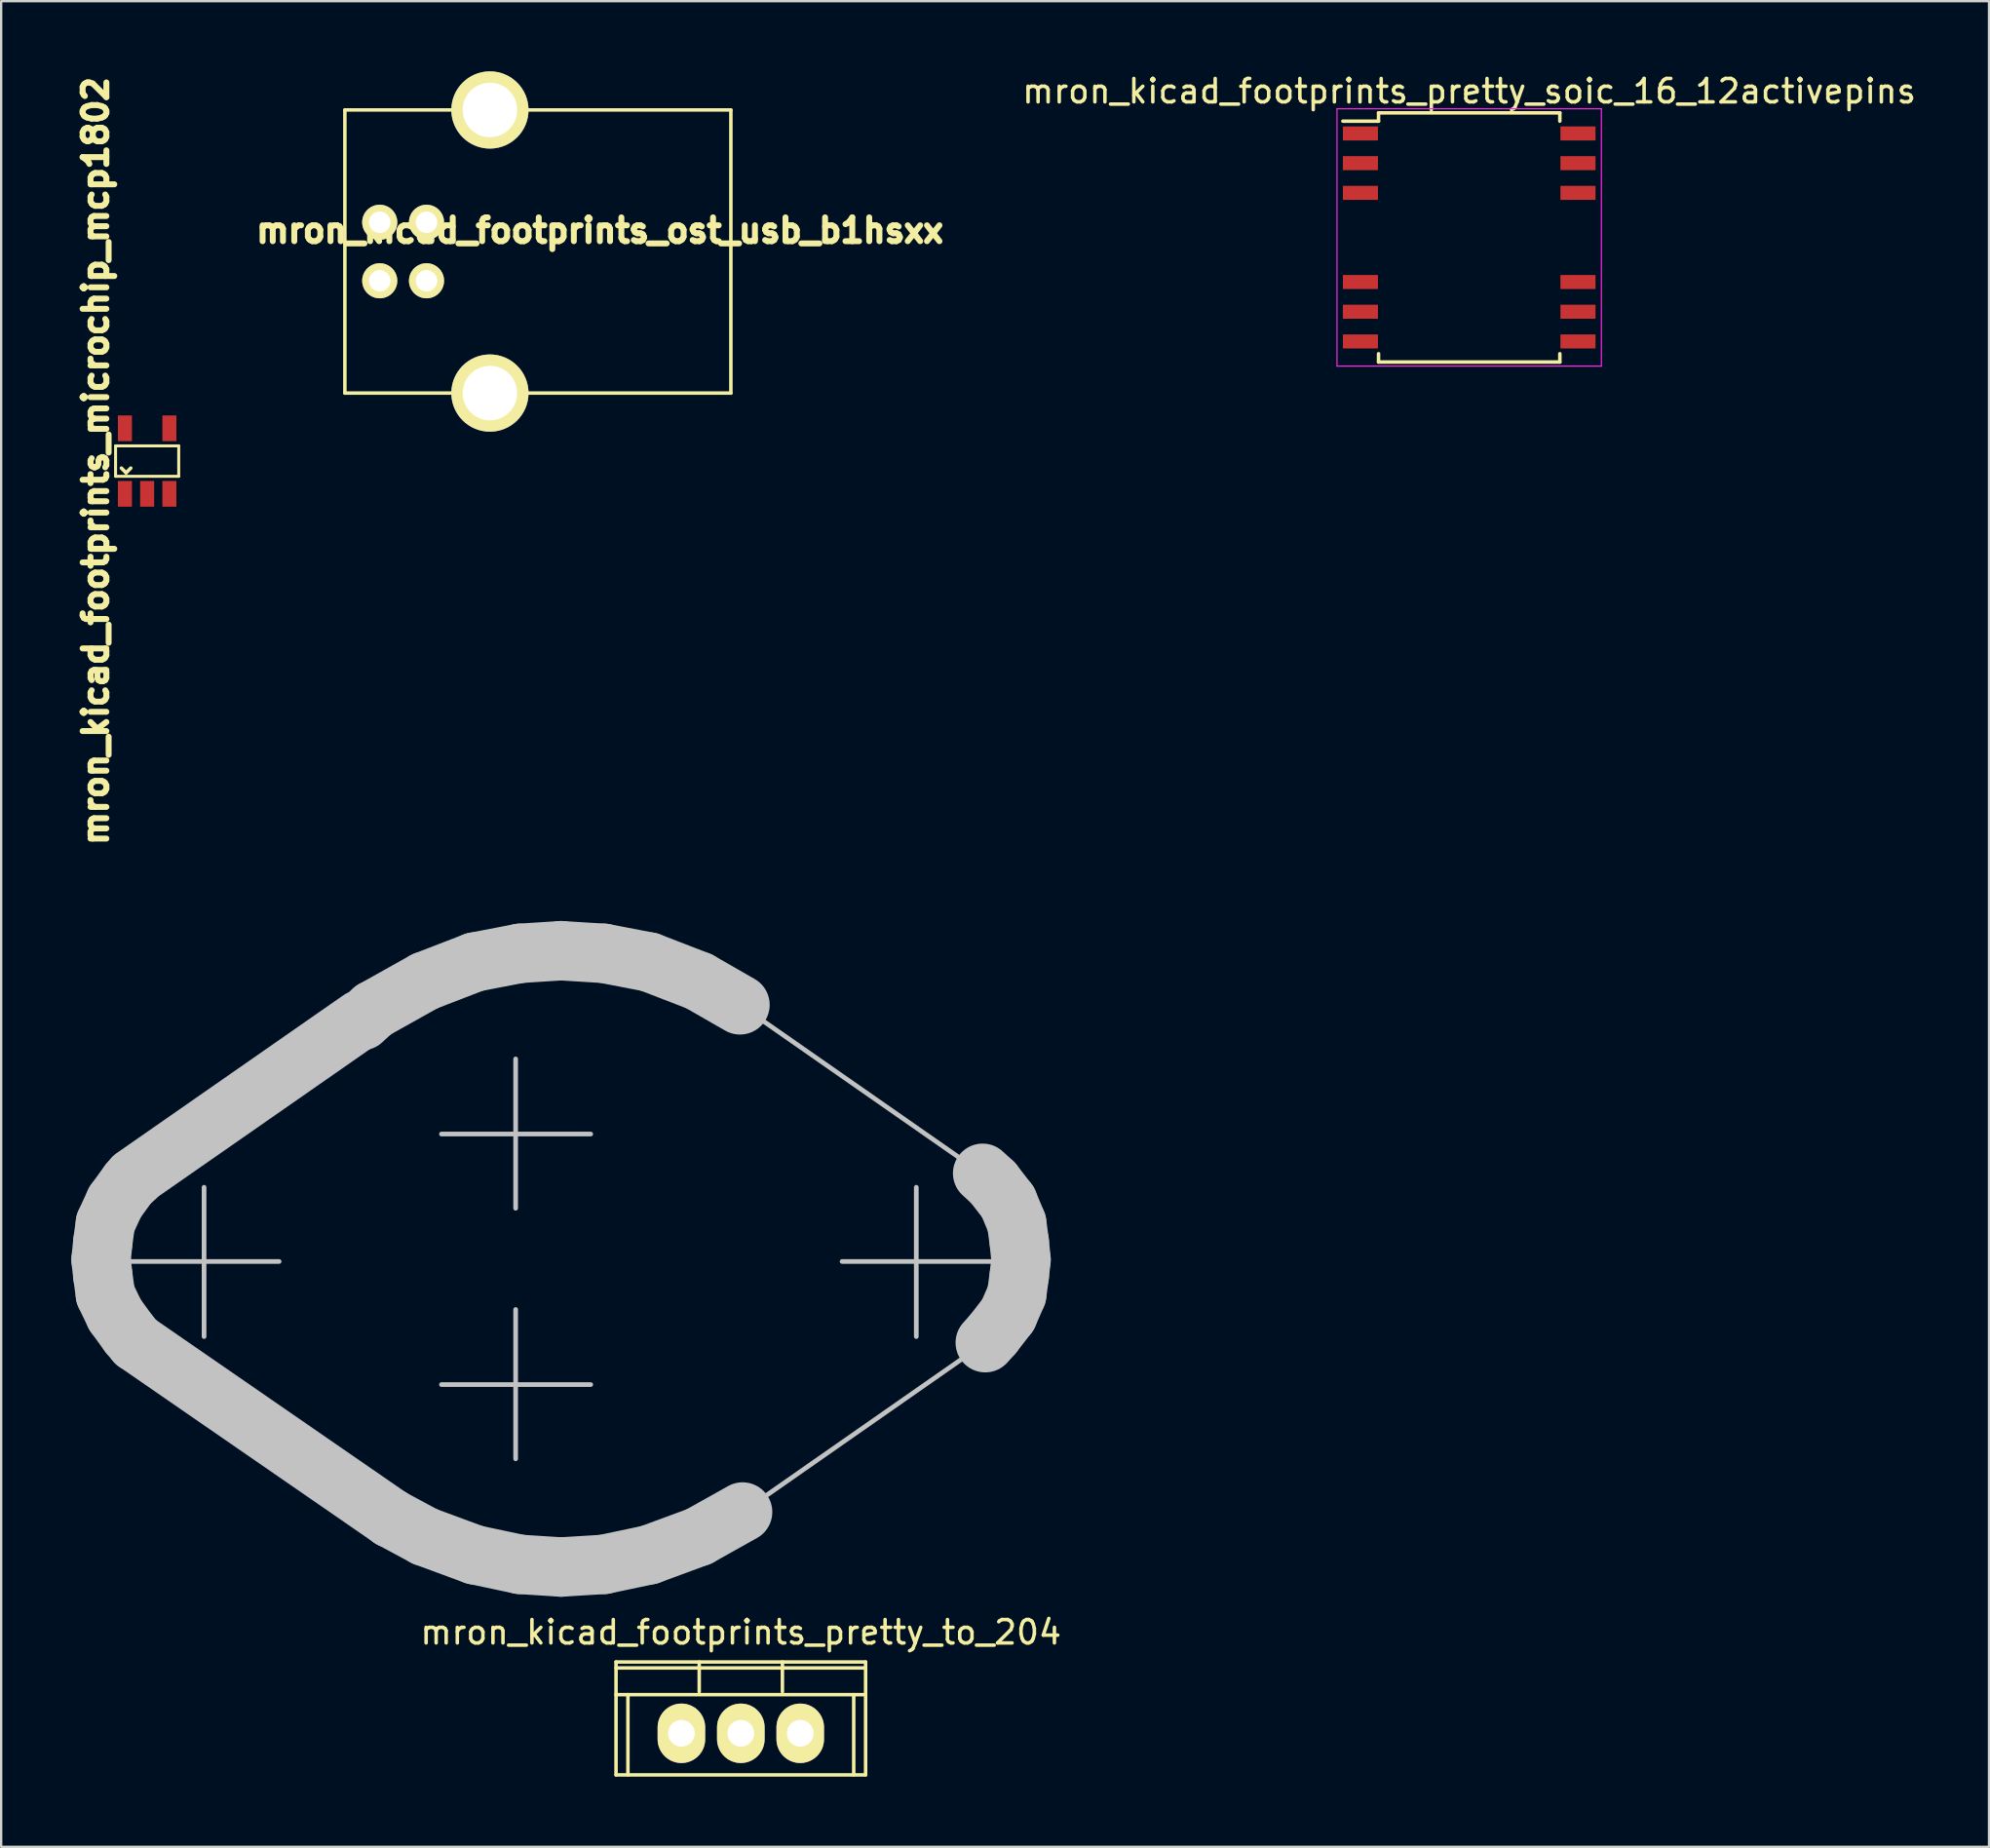
<source format=kicad_pcb>
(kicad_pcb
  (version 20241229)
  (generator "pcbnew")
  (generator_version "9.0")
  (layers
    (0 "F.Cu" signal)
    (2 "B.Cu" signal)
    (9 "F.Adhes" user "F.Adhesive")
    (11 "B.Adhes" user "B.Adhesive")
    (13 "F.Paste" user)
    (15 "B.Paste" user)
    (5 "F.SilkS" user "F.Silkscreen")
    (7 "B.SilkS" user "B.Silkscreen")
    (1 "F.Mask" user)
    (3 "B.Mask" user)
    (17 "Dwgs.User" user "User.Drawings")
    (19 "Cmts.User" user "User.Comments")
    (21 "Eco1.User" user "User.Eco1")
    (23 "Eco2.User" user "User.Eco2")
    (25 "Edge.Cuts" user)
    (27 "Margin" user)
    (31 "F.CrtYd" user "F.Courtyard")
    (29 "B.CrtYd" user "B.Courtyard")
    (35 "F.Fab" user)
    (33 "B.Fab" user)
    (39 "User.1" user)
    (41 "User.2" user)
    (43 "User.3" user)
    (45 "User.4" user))
  (footprint "mron_kicad_footprints_ost_usb_b1hsxx"
    (layer "F.Cu")
    (at 28.192 7.7)
    (property "Reference" "mron_kicad_footprints_ost_usb_b1hsxx" (at -5.6 -0.9 180) (layer "F.SilkS") (effects (font (size 1.016 1.016) (thickness 0.254))))
    (attr through_hole)
    (fp_line (start -16.5 -6.05) (end -16.5 6.05) (stroke (width 0.15) (type solid)) (layer "F.SilkS"))
    (fp_line (start -16.5 6.05) (end 0 6.05) (stroke (width 0.15) (type solid)) (layer "F.SilkS"))
    (fp_line (start 0 -6.05) (end -16.5 -6.05) (stroke (width 0.15) (type solid)) (layer "F.SilkS"))
    (fp_line (start 0 -6.05) (end 0 6.05) (stroke (width 0.15) (type solid)) (layer "F.SilkS"))
    (pad "1" thru_hole circle (at -15.01 -1.25) (size 1.5 1.5) (drill 0.92) (layers "*.Cu" "*.Mask" "F.SilkS"))
    (pad "2" thru_hole circle (at -15.01 1.25) (size 1.5 1.5) (drill 0.92) (layers "*.Cu" "*.Mask" "F.SilkS"))
    (pad "3" thru_hole circle (at -13.01 1.25) (size 1.5 1.5) (drill 0.92) (layers "*.Cu" "*.Mask" "F.SilkS"))
    (pad "4" thru_hole circle (at -13.01 -1.25) (size 1.5 1.5) (drill 0.92) (layers "*.Cu" "*.Mask" "F.SilkS"))
    (pad "5" thru_hole circle (at -10.3 -6.05) (size 3.3 3.3) (drill 2.33) (layers "*.Cu" "*.Mask" "F.SilkS"))
    (pad "6" thru_hole circle (at -10.3 6.05) (size 3.3 3.3) (drill 2.33) (layers "*.Cu" "*.Mask" "F.SilkS")))
  (footprint "mron_kicad_footprints_pretty_soic_16_12activepins"
    (layer "F.Cu")
    (at 59.752 7.098)
    (property "Reference" "mron_kicad_footprints_pretty_soic_16_12activepins" (at 0 -6.25 0) (layer "F.SilkS") (effects (font (size 1 1) (thickness 0.15))))
    (attr smd)
    (fp_line (start -3.875 -5.325) (end -3.875 -4.97) (stroke (width 0.15) (type solid)) (layer "F.SilkS"))
    (fp_line (start -3.875 -5.325) (end 3.875 -5.325) (stroke (width 0.15) (type solid)) (layer "F.SilkS"))
    (fp_line (start -3.875 -4.97) (end -5.4 -4.97) (stroke (width 0.15) (type solid)) (layer "F.SilkS"))
    (fp_line (start -3.875 5.325) (end -3.875 4.97) (stroke (width 0.15) (type solid)) (layer "F.SilkS"))
    (fp_line (start -3.875 5.325) (end 3.875 5.325) (stroke (width 0.15) (type solid)) (layer "F.SilkS"))
    (fp_line (start 3.875 -5.325) (end 3.875 -4.97) (stroke (width 0.15) (type solid)) (layer "F.SilkS"))
    (fp_line (start 3.875 5.325) (end 3.875 4.97) (stroke (width 0.15) (type solid)) (layer "F.SilkS"))
    (fp_line (start -5.65 -5.5) (end -5.65 5.5) (stroke (width 0.05) (type solid)) (layer "F.CrtYd"))
    (fp_line (start -5.65 -5.5) (end 5.65 -5.5) (stroke (width 0.05) (type solid)) (layer "F.CrtYd"))
    (fp_line (start -5.65 5.5) (end 5.65 5.5) (stroke (width 0.05) (type solid)) (layer "F.CrtYd"))
    (fp_line (start 5.65 -5.5) (end 5.65 5.5) (stroke (width 0.05) (type solid)) (layer "F.CrtYd"))
    (pad "1" smd rect (at -4.65 -4.445) (size 1.5 0.6) (layers "F.Cu" "F.Mask" "F.Paste"))
    (pad "2" smd rect (at -4.65 -3.175) (size 1.5 0.6) (layers "F.Cu" "F.Mask" "F.Paste"))
    (pad "3" smd rect (at -4.65 -1.905) (size 1.5 0.6) (layers "F.Cu" "F.Mask" "F.Paste"))
    (pad "6" smd rect (at -4.65 1.905) (size 1.5 0.6) (layers "F.Cu" "F.Mask" "F.Paste"))
    (pad "7" smd rect (at -4.65 3.175) (size 1.5 0.6) (layers "F.Cu" "F.Mask" "F.Paste"))
    (pad "8" smd rect (at -4.65 4.445) (size 1.5 0.6) (layers "F.Cu" "F.Mask" "F.Paste"))
    (pad "9" smd rect (at 4.65 4.445) (size 1.5 0.6) (layers "F.Cu" "F.Mask" "F.Paste"))
    (pad "10" smd rect (at 4.65 3.175) (size 1.5 0.6) (layers "F.Cu" "F.Mask" "F.Paste"))
    (pad "11" smd rect (at 4.65 1.905) (size 1.5 0.6) (layers "F.Cu" "F.Mask" "F.Paste"))
    (pad "14" smd rect (at 4.65 -1.905) (size 1.5 0.6) (layers "F.Cu" "F.Mask" "F.Paste"))
    (pad "15" smd rect (at 4.65 -3.175) (size 1.5 0.6) (layers "F.Cu" "F.Mask" "F.Paste"))
    (pad "16" smd rect (at 4.65 -4.445) (size 1.5 0.6) (layers "F.Cu" "F.Mask" "F.Paste")))
  (footprint "mron_kicad_footprints_pretty_to_204"
    (layer "F.Cu")
    (at 28.617 71.03)
    (property "Reference" "mron_kicad_footprints_pretty_to_204" (at 0 -4.318 0) (layer "F.SilkS") (effects (font (size 1 1) (thickness 0.15))))
    (attr through_hole)
    (fp_line (start -5.334 -3.048) (end -5.334 1.778) (stroke (width 0.15) (type solid)) (layer "F.SilkS"))
    (fp_line (start -5.334 -1.651) (end 5.334 -1.651) (stroke (width 0.15) (type solid)) (layer "F.SilkS"))
    (fp_line (start -4.826 -1.651) (end -4.826 1.778) (stroke (width 0.15) (type solid)) (layer "F.SilkS"))
    (fp_line (start -1.778 -1.778) (end -1.778 -3.048) (stroke (width 0.15) (type solid)) (layer "F.SilkS"))
    (fp_line (start 1.778 -1.778) (end 1.778 -3.048) (stroke (width 0.15) (type solid)) (layer "F.SilkS"))
    (fp_line (start 4.826 -1.651) (end 4.826 1.778) (stroke (width 0.15) (type solid)) (layer "F.SilkS"))
    (fp_line (start 5.334 -3.048) (end -5.334 -3.048) (stroke (width 0.15) (type solid)) (layer "F.SilkS"))
    (fp_line (start 5.334 -3.048) (end 5.334 1.778) (stroke (width 0.15) (type solid)) (layer "F.SilkS"))
    (fp_line (start 5.334 -2.794) (end -5.334 -2.794) (stroke (width 0.15) (type solid)) (layer "F.SilkS"))
    (fp_line (start 5.334 1.778) (end -5.334 1.778) (stroke (width 0.15) (type solid)) (layer "F.SilkS"))
    (fp_line (start -27.347 -20.24) (end -27.273 -19.568) (stroke (width 2.54) (type solid)) (layer "Dwgs.User"))
    (fp_line (start -27.273 -20.986) (end -27.347 -20.24) (stroke (width 2.54) (type solid)) (layer "Dwgs.User"))
    (fp_line (start -27.273 -19.568) (end -27.161 -18.747) (stroke (width 2.54) (type solid)) (layer "Dwgs.User"))
    (fp_line (start -27.161 -21.807) (end -27.273 -20.986) (stroke (width 2.54) (type solid)) (layer "Dwgs.User"))
    (fp_line (start -27.161 -18.747) (end -26.75 -17.889) (stroke (width 2.54) (type solid)) (layer "Dwgs.User"))
    (fp_line (start -26.75 -22.702) (end -27.161 -21.807) (stroke (width 2.54) (type solid)) (layer "Dwgs.User"))
    (fp_line (start -26.75 -17.889) (end -26.153 -17.068) (stroke (width 2.54) (type solid)) (layer "Dwgs.User"))
    (fp_line (start -26.153 -23.523) (end -26.75 -22.702) (stroke (width 2.54) (type solid)) (layer "Dwgs.User"))
    (fp_line (start -26.153 -17.068) (end -25.855 -16.714) (stroke (width 2.54) (type solid)) (layer "Dwgs.User"))
    (fp_line (start -26.115 -20.165) (end -19.736 -20.165) (stroke (width 0.2) (type solid)) (layer "Dwgs.User"))
    (fp_line (start -25.892 -23.747) (end -26.153 -23.523) (stroke (width 2.54) (type solid)) (layer "Dwgs.User"))
    (fp_line (start -25.855 -16.714) (end -14.96 -9.196) (stroke (width 2.54) (type solid)) (layer "Dwgs.User"))
    (fp_line (start -22.944 -16.956) (end -22.944 -23.336) (stroke (width 0.2) (type solid)) (layer "Dwgs.User"))
    (fp_line (start -16.266 -30.5) (end -25.966 -23.747) (stroke (width 2.54) (type solid)) (layer "Dwgs.User"))
    (fp_line (start -16.192 -30.463) (end -15.706 -30.91) (stroke (width 2.54) (type solid)) (layer "Dwgs.User"))
    (fp_line (start -15.706 -30.91) (end -13.505 -32.141) (stroke (width 2.54) (type solid)) (layer "Dwgs.User"))
    (fp_line (start -14.96 -9.196) (end -14.96 -9.196) (stroke (width 2.54) (type solid)) (layer "Dwgs.User"))
    (fp_line (start -14.96 -9.196) (end -13.505 -8.413) (stroke (width 2.54) (type solid)) (layer "Dwgs.User"))
    (fp_line (start -13.505 -32.141) (end -11.379 -32.962) (stroke (width 2.54) (type solid)) (layer "Dwgs.User"))
    (fp_line (start -13.505 -8.413) (end -11.379 -7.629) (stroke (width 2.54) (type solid)) (layer "Dwgs.User"))
    (fp_line (start -12.796 -25.612) (end -6.416 -25.612) (stroke (width 0.2) (type solid)) (layer "Dwgs.User"))
    (fp_line (start -12.796 -14.904) (end -6.416 -14.904) (stroke (width 0.2) (type solid)) (layer "Dwgs.User"))
    (fp_line (start -11.379 -32.962) (end -9.439 -33.335) (stroke (width 2.54) (type solid)) (layer "Dwgs.User"))
    (fp_line (start -11.379 -7.629) (end -9.439 -7.219) (stroke (width 2.54) (type solid)) (layer "Dwgs.User"))
    (fp_line (start -9.625 -22.44) (end -9.625 -28.821) (stroke (width 0.2) (type solid)) (layer "Dwgs.User"))
    (fp_line (start -9.625 -11.732) (end -9.625 -18.113) (stroke (width 0.2) (type solid)) (layer "Dwgs.User"))
    (fp_line (start -9.439 -33.335) (end -7.684 -33.447) (stroke (width 2.54) (type solid)) (layer "Dwgs.User"))
    (fp_line (start -9.439 -7.219) (end -7.684 -7.107) (stroke (width 2.54) (type solid)) (layer "Dwgs.User"))
    (fp_line (start -7.684 -33.447) (end -5.856 -33.335) (stroke (width 2.54) (type solid)) (layer "Dwgs.User"))
    (fp_line (start -7.684 -7.107) (end -5.856 -7.219) (stroke (width 2.54) (type solid)) (layer "Dwgs.User"))
    (fp_line (start -5.856 -33.335) (end -3.916 -32.962) (stroke (width 2.54) (type solid)) (layer "Dwgs.User"))
    (fp_line (start -5.856 -7.219) (end -3.916 -7.629) (stroke (width 2.54) (type solid)) (layer "Dwgs.User"))
    (fp_line (start -3.916 -32.962) (end -1.79 -32.141) (stroke (width 2.54) (type solid)) (layer "Dwgs.User"))
    (fp_line (start -3.916 -7.629) (end -1.79 -8.413) (stroke (width 2.54) (type solid)) (layer "Dwgs.User"))
    (fp_line (start -1.79 -32.141) (end -0.036 -31.134) (stroke (width 2.54) (type solid)) (layer "Dwgs.User"))
    (fp_line (start -1.79 -8.413) (end 0.076 -9.457) (stroke (width 2.54) (type solid)) (layer "Dwgs.User"))
    (fp_line (start 4.329 -20.165) (end 10.71 -20.165) (stroke (width 0.2) (type solid)) (layer "Dwgs.User"))
    (fp_line (start 7.501 -16.956) (end 7.501 -23.336) (stroke (width 0.2) (type solid)) (layer "Dwgs.User"))
    (fp_line (start 10.299 -23.933) (end -0.036 -31.134) (stroke (width 0.2) (type solid)) (layer "Dwgs.User"))
    (fp_line (start 10.337 -23.934) (end 10.784 -23.523) (stroke (width 2.54) (type solid)) (layer "Dwgs.User"))
    (fp_line (start 10.449 -16.695) (end 0.076 -9.457) (stroke (width 0.2) (type solid)) (layer "Dwgs.User"))
    (fp_line (start 10.784 -23.523) (end 11.419 -22.702) (stroke (width 2.54) (type solid)) (layer "Dwgs.User"))
    (fp_line (start 10.784 -17.069) (end 10.449 -16.695) (stroke (width 2.54) (type solid)) (layer "Dwgs.User"))
    (fp_line (start 11.419 -22.702) (end 11.792 -21.807) (stroke (width 2.54) (type solid)) (layer "Dwgs.User"))
    (fp_line (start 11.419 -17.89) (end 10.784 -17.069) (stroke (width 2.54) (type solid)) (layer "Dwgs.User"))
    (fp_line (start 11.792 -21.807) (end 11.904 -20.986) (stroke (width 2.54) (type solid)) (layer "Dwgs.User"))
    (fp_line (start 11.792 -18.748) (end 11.419 -17.89) (stroke (width 2.54) (type solid)) (layer "Dwgs.User"))
    (fp_line (start 11.904 -20.986) (end 11.978 -20.24) (stroke (width 2.54) (type solid)) (layer "Dwgs.User"))
    (fp_line (start 11.904 -19.569) (end 11.792 -18.748) (stroke (width 2.54) (type solid)) (layer "Dwgs.User"))
    (fp_line (start 11.978 -20.24) (end 11.904 -19.569) (stroke (width 2.54) (type solid)) (layer "Dwgs.User"))
    (pad "1" thru_hole oval (at -2.54 0) (size 2.032 2.54) (drill 1.143) (layers "*.Cu" "*.Mask" "F.SilkS"))
    (pad "2" thru_hole oval (at 0 0) (size 2.032 2.54) (drill 1.143) (layers "*.Cu" "*.Mask" "F.SilkS"))
    (pad "3" thru_hole oval (at 2.54 0) (size 2.032 2.54) (drill 1.143) (layers "*.Cu" "*.Mask" "F.SilkS")))
  (footprint "mron_kicad_footprints_microchip_mcp1802"
    (layer "F.Cu")
    (at 3.24 16.656)
    (property "Reference" "mron_kicad_footprints_microchip_mcp1802" (at -2.2 0 90) (layer "F.SilkS") (effects (font (size 1.016 1.016) (thickness 0.254))))
    (attr smd)
    (fp_line (start -1.35 -0.65) (end 1.35 -0.65) (stroke (width 0.127) (type solid)) (layer "F.SilkS"))
    (fp_line (start -1.35 0.65) (end -1.35 -0.65) (stroke (width 0.127) (type solid)) (layer "F.SilkS"))
    (fp_line (start -1.1 0.3) (end -0.9 0.5) (stroke (width 0.15) (type solid)) (layer "F.SilkS"))
    (fp_line (start -0.9 0.5) (end -0.7 0.3) (stroke (width 0.15) (type solid)) (layer "F.SilkS"))
    (fp_line (start 1.35 -0.65) (end 1.35 0.65) (stroke (width 0.127) (type solid)) (layer "F.SilkS"))
    (fp_line (start 1.35 0.65) (end -1.35 0.65) (stroke (width 0.127) (type solid)) (layer "F.SilkS"))
    (pad "1" smd rect (at -0.95 1.4) (size 0.6 1.1) (layers "F.Cu" "F.Mask" "F.Paste"))
    (pad "2" smd rect (at 0 1.4) (size 0.6 1.1) (layers "F.Cu" "F.Mask" "F.Paste"))
    (pad "3" smd rect (at 0.95 1.4) (size 0.6 1.1) (layers "F.Cu" "F.Mask" "F.Paste"))
    (pad "4" smd rect (at 0.95 -1.4) (size 0.6 1.1) (layers "F.Cu" "F.Mask" "F.Paste"))
    (pad "5" smd rect (at -0.95 -1.4) (size 0.6 1.1) (layers "F.Cu" "F.Mask" "F.Paste")))
  (gr_rect
    (start -3 -3)
    (end 81.972 75.883)
    (stroke (width 0.1) (type default))
    (fill no)
    (layer "Edge.Cuts")))
</source>
